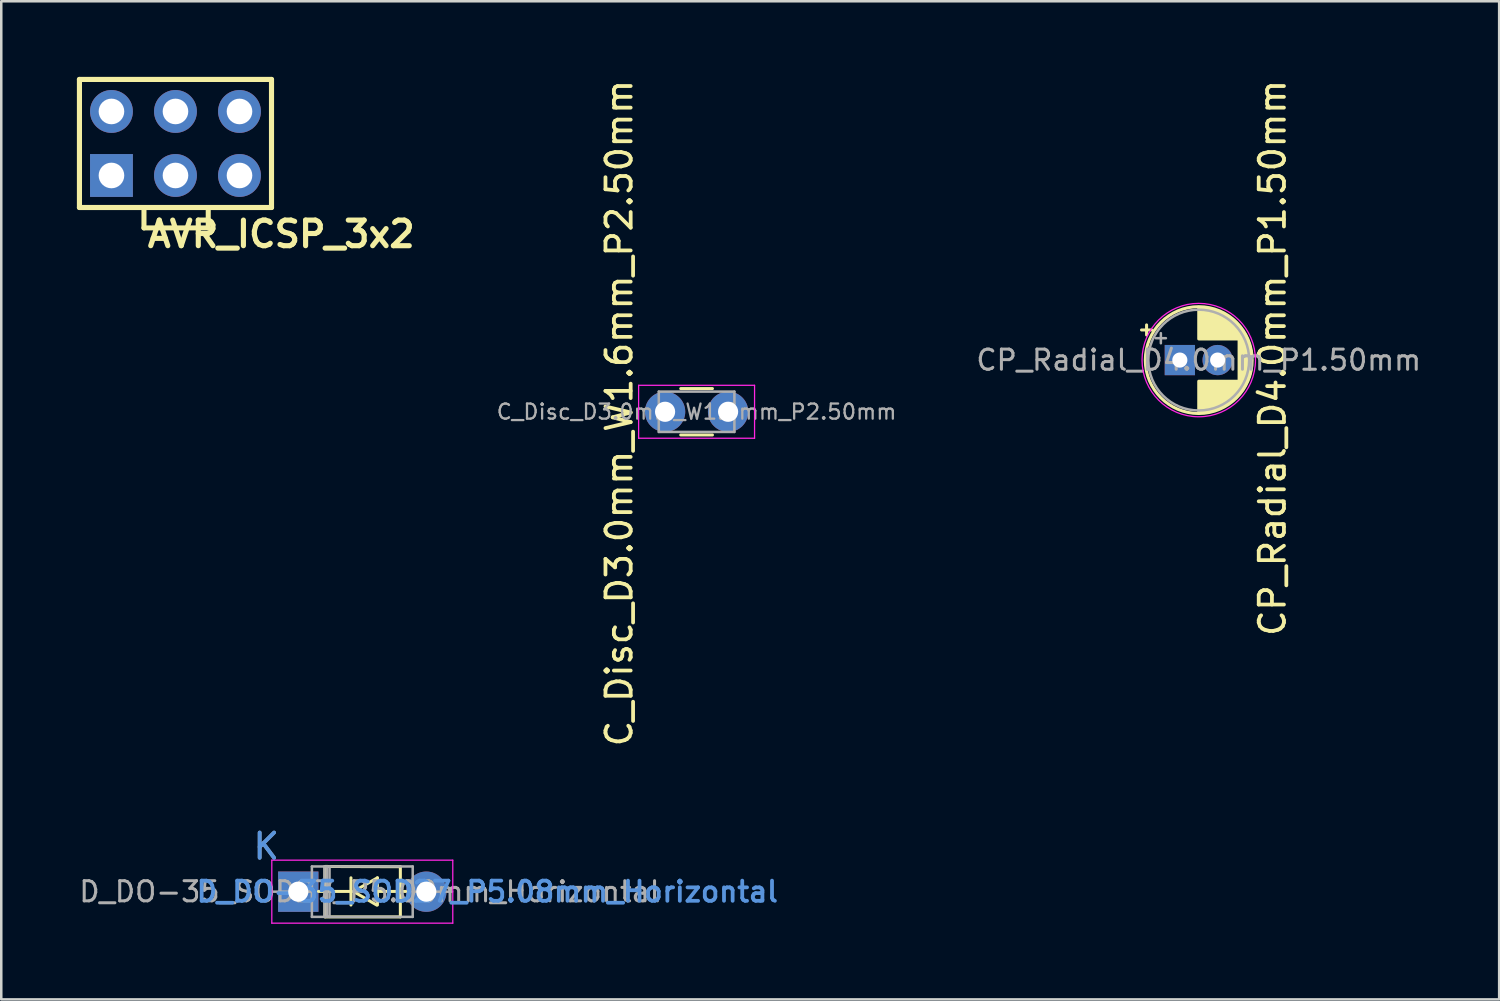
<source format=kicad_pcb>
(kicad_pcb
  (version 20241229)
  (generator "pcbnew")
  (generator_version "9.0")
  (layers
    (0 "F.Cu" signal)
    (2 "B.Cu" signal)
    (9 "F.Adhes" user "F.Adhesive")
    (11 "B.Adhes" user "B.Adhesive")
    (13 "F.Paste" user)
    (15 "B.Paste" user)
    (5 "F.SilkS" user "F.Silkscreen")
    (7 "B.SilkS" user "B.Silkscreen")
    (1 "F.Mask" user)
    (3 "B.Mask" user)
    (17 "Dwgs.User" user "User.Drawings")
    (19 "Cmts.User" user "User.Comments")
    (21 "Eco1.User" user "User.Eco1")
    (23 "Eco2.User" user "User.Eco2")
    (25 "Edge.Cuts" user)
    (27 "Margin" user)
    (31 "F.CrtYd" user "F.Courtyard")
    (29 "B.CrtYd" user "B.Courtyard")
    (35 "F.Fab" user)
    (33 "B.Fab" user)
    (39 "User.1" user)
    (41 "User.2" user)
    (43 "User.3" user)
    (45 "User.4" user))
  (footprint "D_DO-35_SOD27_P5.08mm_Horizontal"
    (layer "F.Cu")
    (at 7.514 32.327)
    (property "Reference" "D_DO-35_SOD27_P5.08mm_Horizontal" (at 8.77 0 0) (layer "Cmts.User") (effects (font (size 0.8 0.8) (thickness 0.15))))
    (attr through_hole)
    (fp_line (start 2.07 -0.01) (end 3.35 -0.01) (stroke (width 0.12) (type solid)) (layer "F.SilkS"))
    (fp_line (start 2.33 -1) (end 5.32 -0.99) (stroke (width 0.12) (type solid)) (layer "F.SilkS"))
    (fp_line (start 2.33 1) (end 2.33 -1) (stroke (width 0.12) (type solid)) (layer "F.SilkS"))
    (fp_line (start 2.34 1) (end 5.31 1) (stroke (width 0.12) (type solid)) (layer "F.SilkS"))
    (fp_line (start 3.36 0.53) (end 3.36 -0.55) (stroke (width 0.12) (type solid)) (layer "F.SilkS"))
    (fp_line (start 3.46 -0.01) (end 4.41 -0.55) (stroke (width 0.12) (type solid)) (layer "F.SilkS"))
    (fp_line (start 3.47 0) (end 4.38 0.53) (stroke (width 0.12) (type solid)) (layer "F.SilkS"))
    (fp_line (start 4.41 0.53) (end 4.41 -0.55) (stroke (width 0.12) (type solid)) (layer "F.SilkS"))
    (fp_line (start 5.32 1) (end 5.32 -0.99) (stroke (width 0.12) (type solid)) (layer "F.SilkS"))
    (fp_line (start 5.53 -0.01) (end 4.41 -0.01) (stroke (width 0.12) (type solid)) (layer "F.SilkS"))
    (fp_line (start 0.22 -1.25) (end 0.22 1.25) (stroke (width 0.05) (type solid)) (layer "F.CrtYd"))
    (fp_line (start 0.22 1.25) (end 7.4 1.25) (stroke (width 0.05) (type solid)) (layer "F.CrtYd"))
    (fp_line (start 7.4 -1.25) (end 0.22 -1.25) (stroke (width 0.05) (type solid)) (layer "F.CrtYd"))
    (fp_line (start 7.4 1.25) (end 7.4 -1.25) (stroke (width 0.05) (type solid)) (layer "F.CrtYd"))
    (fp_line (start 0.25 0) (end 1.81 0) (stroke (width 0.1) (type solid)) (layer "F.Fab"))
    (fp_line (start 1.81 -1) (end 1.81 1) (stroke (width 0.1) (type solid)) (layer "F.Fab"))
    (fp_line (start 1.81 1) (end 5.81 1) (stroke (width 0.1) (type solid)) (layer "F.Fab"))
    (fp_line (start 2.31 -1) (end 2.31 1) (stroke (width 0.1) (type solid)) (layer "F.Fab"))
    (fp_line (start 2.41 -1) (end 2.41 1) (stroke (width 0.1) (type solid)) (layer "F.Fab"))
    (fp_line (start 2.51 -1) (end 2.51 1) (stroke (width 0.1) (type solid)) (layer "F.Fab"))
    (fp_line (start 5.81 -1) (end 1.81 -1) (stroke (width 0.1) (type solid)) (layer "F.Fab"))
    (fp_line (start 5.81 1) (end 5.81 -1) (stroke (width 0.1) (type solid)) (layer "F.Fab"))
    (fp_line (start 7.37 0) (end 5.81 0) (stroke (width 0.1) (type solid)) (layer "F.Fab"))
    (fp_text user "K" (at 0 -1.8 0) (layer "Cmts.User") (effects (font (size 1 1) (thickness 0.15))))
    (fp_text user "${REFERENCE}" (at 4.11 0 0) (layer "F.Fab") (effects (font (size 0.8 0.8) (thickness 0.12))))
    (fp_text user "K" (at 0 -1.8 0) (layer "F.Fab") (effects (font (size 1 1) (thickness 0.15))))
    (pad "1" thru_hole rect (at 1.27 0) (size 1.6 1.6) (drill 0.8) (layers "*.Cu" "*.Mask"))
    (pad "2" thru_hole oval (at 6.35 0) (size 1.6 1.6) (drill 0.8) (layers "*.Cu" "*.Mask")))
  (footprint "C_Disc_D3.0mm_W1.6mm_P2.50mm"
    (layer "F.Cu")
    (at 23.337 13.287)
    (property "Reference" "C_Disc_D3.0mm_W1.6mm_P2.50mm" (at -1.82 0.052 90) (layer "F.SilkS") (effects (font (size 1 1) (thickness 0.15))))
    (attr through_hole)
    (fp_line (start 0.621 -0.92) (end 1.879 -0.92) (stroke (width 0.12) (type solid)) (layer "F.SilkS"))
    (fp_line (start 0.621 0.92) (end 1.879 0.92) (stroke (width 0.12) (type solid)) (layer "F.SilkS"))
    (fp_line (start -1.05 -1.05) (end -1.05 1.05) (stroke (width 0.05) (type solid)) (layer "F.CrtYd"))
    (fp_line (start -1.05 1.05) (end 3.55 1.05) (stroke (width 0.05) (type solid)) (layer "F.CrtYd"))
    (fp_line (start 3.55 -1.05) (end -1.05 -1.05) (stroke (width 0.05) (type solid)) (layer "F.CrtYd"))
    (fp_line (start 3.55 1.05) (end 3.55 -1.05) (stroke (width 0.05) (type solid)) (layer "F.CrtYd"))
    (fp_line (start -0.25 -0.8) (end -0.25 0.8) (stroke (width 0.1) (type solid)) (layer "F.Fab"))
    (fp_line (start -0.25 0.8) (end 2.75 0.8) (stroke (width 0.1) (type solid)) (layer "F.Fab"))
    (fp_line (start 2.75 -0.8) (end -0.25 -0.8) (stroke (width 0.1) (type solid)) (layer "F.Fab"))
    (fp_line (start 2.75 0.8) (end 2.75 -0.8) (stroke (width 0.1) (type solid)) (layer "F.Fab"))
    (fp_text user "${REFERENCE}" (at 1.25 0 0) (layer "F.Fab") (effects (font (size 0.6 0.6) (thickness 0.09))))
    (pad "1" thru_hole circle (at 0 0) (size 1.6 1.6) (drill 0.8) (layers "*.Cu" "*.Mask"))
    (pad "2" thru_hole circle (at 2.5 0) (size 1.6 1.6) (drill 0.8) (layers "*.Cu" "*.Mask")))
  (footprint "AVR_ICSP_3x2"
    (layer "F.Cu")
    (at 3.912 2.642)
    (property "Reference" "AVR_ICSP_3x2" (at 4.195 3.596 0) (layer "F.SilkS") (effects (font (size 1.016 1.016) (thickness 0.203))))
    (attr through_hole)
    (fp_line (start -3.81 -2.54) (end 3.81 -2.54) (stroke (width 0.203) (type solid)) (layer "F.SilkS"))
    (fp_line (start -3.81 2.54) (end -3.81 -2.54) (stroke (width 0.203) (type solid)) (layer "F.SilkS"))
    (fp_line (start -1.25 2.55) (end -1.25 3.35) (stroke (width 0.2) (type solid)) (layer "F.SilkS"))
    (fp_line (start -1.25 3.35) (end 1.3 3.35) (stroke (width 0.2) (type solid)) (layer "F.SilkS"))
    (fp_line (start 1.3 3.35) (end 1.3 2.55) (stroke (width 0.2) (type solid)) (layer "F.SilkS"))
    (fp_line (start 3.81 -2.54) (end 3.81 2.54) (stroke (width 0.203) (type solid)) (layer "F.SilkS"))
    (fp_line (start 3.81 2.54) (end -3.81 2.54) (stroke (width 0.203) (type solid)) (layer "F.SilkS"))
    (pad "1" thru_hole rect (at -2.54 1.27) (size 1.7 1.7) (drill 1.016) (layers "*.Cu" "*.Mask"))
    (pad "2" thru_hole circle (at -2.54 -1.27) (size 1.7 1.7) (drill 1.016) (layers "*.Cu" "*.Mask"))
    (pad "3" thru_hole circle (at 0 1.27) (size 1.7 1.7) (drill 1.016) (layers "*.Cu" "*.Mask"))
    (pad "4" thru_hole circle (at 0 -1.27) (size 1.7 1.7) (drill 1.016) (layers "*.Cu" "*.Mask"))
    (pad "5" thru_hole circle (at 2.54 1.27) (size 1.7 1.7) (drill 1.016) (layers "*.Cu" "*.Mask"))
    (pad "6" thru_hole circle (at 2.54 -1.27) (size 1.7 1.7) (drill 1.016) (layers "*.Cu" "*.Mask")))
  (footprint "CP_Radial_D4.0mm_P1.50mm"
    (layer "F.Cu")
    (at 43.76 11.236)
    (property "Reference" "CP_Radial_D4.0mm_P1.50mm" (at 3.675 -0.087 90) (layer "F.SilkS") (effects (font (size 1 1) (thickness 0.15))))
    (attr through_hole)
    (fp_line (start -1.52 -1.195) (end -1.12 -1.195) (stroke (width 0.12) (type solid)) (layer "F.SilkS"))
    (fp_line (start -1.32 -1.395) (end -1.32 -0.995) (stroke (width 0.12) (type solid)) (layer "F.SilkS"))
    (fp_line (start 0.75 -2.08) (end 0.75 -0.84) (stroke (width 0.12) (type solid)) (layer "F.SilkS"))
    (fp_line (start 0.75 0.84) (end 0.75 2.08) (stroke (width 0.12) (type solid)) (layer "F.SilkS"))
    (fp_line (start 0.79 -2.08) (end 0.79 -0.84) (stroke (width 0.12) (type solid)) (layer "F.SilkS"))
    (fp_line (start 0.79 0.84) (end 0.79 2.08) (stroke (width 0.12) (type solid)) (layer "F.SilkS"))
    (fp_line (start 0.83 -2.079) (end 0.83 -0.84) (stroke (width 0.12) (type solid)) (layer "F.SilkS"))
    (fp_line (start 0.83 0.84) (end 0.83 2.079) (stroke (width 0.12) (type solid)) (layer "F.SilkS"))
    (fp_line (start 0.87 -2.077) (end 0.87 -0.84) (stroke (width 0.12) (type solid)) (layer "F.SilkS"))
    (fp_line (start 0.87 0.84) (end 0.87 2.077) (stroke (width 0.12) (type solid)) (layer "F.SilkS"))
    (fp_line (start 0.91 -2.074) (end 0.91 -0.84) (stroke (width 0.12) (type solid)) (layer "F.SilkS"))
    (fp_line (start 0.91 0.84) (end 0.91 2.074) (stroke (width 0.12) (type solid)) (layer "F.SilkS"))
    (fp_line (start 0.95 -2.071) (end 0.95 -0.84) (stroke (width 0.12) (type solid)) (layer "F.SilkS"))
    (fp_line (start 0.95 0.84) (end 0.95 2.071) (stroke (width 0.12) (type solid)) (layer "F.SilkS"))
    (fp_line (start 0.99 -2.067) (end 0.99 -0.84) (stroke (width 0.12) (type solid)) (layer "F.SilkS"))
    (fp_line (start 0.99 0.84) (end 0.99 2.067) (stroke (width 0.12) (type solid)) (layer "F.SilkS"))
    (fp_line (start 1.03 -2.062) (end 1.03 -0.84) (stroke (width 0.12) (type solid)) (layer "F.SilkS"))
    (fp_line (start 1.03 0.84) (end 1.03 2.062) (stroke (width 0.12) (type solid)) (layer "F.SilkS"))
    (fp_line (start 1.07 -2.056) (end 1.07 -0.84) (stroke (width 0.12) (type solid)) (layer "F.SilkS"))
    (fp_line (start 1.07 0.84) (end 1.07 2.056) (stroke (width 0.12) (type solid)) (layer "F.SilkS"))
    (fp_line (start 1.11 -2.05) (end 1.11 -0.84) (stroke (width 0.12) (type solid)) (layer "F.SilkS"))
    (fp_line (start 1.11 0.84) (end 1.11 2.05) (stroke (width 0.12) (type solid)) (layer "F.SilkS"))
    (fp_line (start 1.15 -2.042) (end 1.15 -0.84) (stroke (width 0.12) (type solid)) (layer "F.SilkS"))
    (fp_line (start 1.15 0.84) (end 1.15 2.042) (stroke (width 0.12) (type solid)) (layer "F.SilkS"))
    (fp_line (start 1.19 -2.034) (end 1.19 -0.84) (stroke (width 0.12) (type solid)) (layer "F.SilkS"))
    (fp_line (start 1.19 0.84) (end 1.19 2.034) (stroke (width 0.12) (type solid)) (layer "F.SilkS"))
    (fp_line (start 1.23 -2.025) (end 1.23 -0.84) (stroke (width 0.12) (type solid)) (layer "F.SilkS"))
    (fp_line (start 1.23 0.84) (end 1.23 2.025) (stroke (width 0.12) (type solid)) (layer "F.SilkS"))
    (fp_line (start 1.27 -2.016) (end 1.27 -0.84) (stroke (width 0.12) (type solid)) (layer "F.SilkS"))
    (fp_line (start 1.27 0.84) (end 1.27 2.016) (stroke (width 0.12) (type solid)) (layer "F.SilkS"))
    (fp_line (start 1.31 -2.005) (end 1.31 -0.84) (stroke (width 0.12) (type solid)) (layer "F.SilkS"))
    (fp_line (start 1.31 0.84) (end 1.31 2.005) (stroke (width 0.12) (type solid)) (layer "F.SilkS"))
    (fp_line (start 1.35 -1.994) (end 1.35 -0.84) (stroke (width 0.12) (type solid)) (layer "F.SilkS"))
    (fp_line (start 1.35 0.84) (end 1.35 1.994) (stroke (width 0.12) (type solid)) (layer "F.SilkS"))
    (fp_line (start 1.39 -1.982) (end 1.39 -0.84) (stroke (width 0.12) (type solid)) (layer "F.SilkS"))
    (fp_line (start 1.39 0.84) (end 1.39 1.982) (stroke (width 0.12) (type solid)) (layer "F.SilkS"))
    (fp_line (start 1.43 -1.968) (end 1.43 -0.84) (stroke (width 0.12) (type solid)) (layer "F.SilkS"))
    (fp_line (start 1.43 0.84) (end 1.43 1.968) (stroke (width 0.12) (type solid)) (layer "F.SilkS"))
    (fp_line (start 1.471 -1.954) (end 1.471 -0.84) (stroke (width 0.12) (type solid)) (layer "F.SilkS"))
    (fp_line (start 1.471 0.84) (end 1.471 1.954) (stroke (width 0.12) (type solid)) (layer "F.SilkS"))
    (fp_line (start 1.511 -1.94) (end 1.511 -0.84) (stroke (width 0.12) (type solid)) (layer "F.SilkS"))
    (fp_line (start 1.511 0.84) (end 1.511 1.94) (stroke (width 0.12) (type solid)) (layer "F.SilkS"))
    (fp_line (start 1.551 -1.924) (end 1.551 -0.84) (stroke (width 0.12) (type solid)) (layer "F.SilkS"))
    (fp_line (start 1.551 0.84) (end 1.551 1.924) (stroke (width 0.12) (type solid)) (layer "F.SilkS"))
    (fp_line (start 1.591 -1.907) (end 1.591 -0.84) (stroke (width 0.12) (type solid)) (layer "F.SilkS"))
    (fp_line (start 1.591 0.84) (end 1.591 1.907) (stroke (width 0.12) (type solid)) (layer "F.SilkS"))
    (fp_line (start 1.631 -1.889) (end 1.631 -0.84) (stroke (width 0.12) (type solid)) (layer "F.SilkS"))
    (fp_line (start 1.631 0.84) (end 1.631 1.889) (stroke (width 0.12) (type solid)) (layer "F.SilkS"))
    (fp_line (start 1.671 -1.87) (end 1.671 -0.84) (stroke (width 0.12) (type solid)) (layer "F.SilkS"))
    (fp_line (start 1.671 0.84) (end 1.671 1.87) (stroke (width 0.12) (type solid)) (layer "F.SilkS"))
    (fp_line (start 1.711 -1.851) (end 1.711 -0.84) (stroke (width 0.12) (type solid)) (layer "F.SilkS"))
    (fp_line (start 1.711 0.84) (end 1.711 1.851) (stroke (width 0.12) (type solid)) (layer "F.SilkS"))
    (fp_line (start 1.751 -1.83) (end 1.751 -0.84) (stroke (width 0.12) (type solid)) (layer "F.SilkS"))
    (fp_line (start 1.751 0.84) (end 1.751 1.83) (stroke (width 0.12) (type solid)) (layer "F.SilkS"))
    (fp_line (start 1.791 -1.808) (end 1.791 -0.84) (stroke (width 0.12) (type solid)) (layer "F.SilkS"))
    (fp_line (start 1.791 0.84) (end 1.791 1.808) (stroke (width 0.12) (type solid)) (layer "F.SilkS"))
    (fp_line (start 1.831 -1.785) (end 1.831 -0.84) (stroke (width 0.12) (type solid)) (layer "F.SilkS"))
    (fp_line (start 1.831 0.84) (end 1.831 1.785) (stroke (width 0.12) (type solid)) (layer "F.SilkS"))
    (fp_line (start 1.871 -1.76) (end 1.871 -0.84) (stroke (width 0.12) (type solid)) (layer "F.SilkS"))
    (fp_line (start 1.871 0.84) (end 1.871 1.76) (stroke (width 0.12) (type solid)) (layer "F.SilkS"))
    (fp_line (start 1.911 -1.735) (end 1.911 -0.84) (stroke (width 0.12) (type solid)) (layer "F.SilkS"))
    (fp_line (start 1.911 0.84) (end 1.911 1.735) (stroke (width 0.12) (type solid)) (layer "F.SilkS"))
    (fp_line (start 1.951 -1.708) (end 1.951 -0.84) (stroke (width 0.12) (type solid)) (layer "F.SilkS"))
    (fp_line (start 1.951 0.84) (end 1.951 1.708) (stroke (width 0.12) (type solid)) (layer "F.SilkS"))
    (fp_line (start 1.991 -1.68) (end 1.991 -0.84) (stroke (width 0.12) (type solid)) (layer "F.SilkS"))
    (fp_line (start 1.991 0.84) (end 1.991 1.68) (stroke (width 0.12) (type solid)) (layer "F.SilkS"))
    (fp_line (start 2.031 -1.65) (end 2.031 -0.84) (stroke (width 0.12) (type solid)) (layer "F.SilkS"))
    (fp_line (start 2.031 0.84) (end 2.031 1.65) (stroke (width 0.12) (type solid)) (layer "F.SilkS"))
    (fp_line (start 2.071 -1.619) (end 2.071 -0.84) (stroke (width 0.12) (type solid)) (layer "F.SilkS"))
    (fp_line (start 2.071 0.84) (end 2.071 1.619) (stroke (width 0.12) (type solid)) (layer "F.SilkS"))
    (fp_line (start 2.111 -1.587) (end 2.111 -0.84) (stroke (width 0.12) (type solid)) (layer "F.SilkS"))
    (fp_line (start 2.111 0.84) (end 2.111 1.587) (stroke (width 0.12) (type solid)) (layer "F.SilkS"))
    (fp_line (start 2.151 -1.552) (end 2.151 -0.84) (stroke (width 0.12) (type solid)) (layer "F.SilkS"))
    (fp_line (start 2.151 0.84) (end 2.151 1.552) (stroke (width 0.12) (type solid)) (layer "F.SilkS"))
    (fp_line (start 2.191 -1.516) (end 2.191 -0.84) (stroke (width 0.12) (type solid)) (layer "F.SilkS"))
    (fp_line (start 2.191 0.84) (end 2.191 1.516) (stroke (width 0.12) (type solid)) (layer "F.SilkS"))
    (fp_line (start 2.231 -1.478) (end 2.231 -0.84) (stroke (width 0.12) (type solid)) (layer "F.SilkS"))
    (fp_line (start 2.231 0.84) (end 2.231 1.478) (stroke (width 0.12) (type solid)) (layer "F.SilkS"))
    (fp_line (start 2.271 -1.438) (end 2.271 -0.84) (stroke (width 0.12) (type solid)) (layer "F.SilkS"))
    (fp_line (start 2.271 0.84) (end 2.271 1.438) (stroke (width 0.12) (type solid)) (layer "F.SilkS"))
    (fp_line (start 2.311 -1.396) (end 2.311 -0.84) (stroke (width 0.12) (type solid)) (layer "F.SilkS"))
    (fp_line (start 2.311 0.84) (end 2.311 1.396) (stroke (width 0.12) (type solid)) (layer "F.SilkS"))
    (fp_line (start 2.351 -1.351) (end 2.351 1.351) (stroke (width 0.12) (type solid)) (layer "F.SilkS"))
    (fp_line (start 2.391 -1.304) (end 2.391 1.304) (stroke (width 0.12) (type solid)) (layer "F.SilkS"))
    (fp_line (start 2.431 -1.254) (end 2.431 1.254) (stroke (width 0.12) (type solid)) (layer "F.SilkS"))
    (fp_line (start 2.471 -1.2) (end 2.471 1.2) (stroke (width 0.12) (type solid)) (layer "F.SilkS"))
    (fp_line (start 2.511 -1.142) (end 2.511 1.142) (stroke (width 0.12) (type solid)) (layer "F.SilkS"))
    (fp_line (start 2.551 -1.08) (end 2.551 1.08) (stroke (width 0.12) (type solid)) (layer "F.SilkS"))
    (fp_line (start 2.591 -1.013) (end 2.591 1.013) (stroke (width 0.12) (type solid)) (layer "F.SilkS"))
    (fp_line (start 2.631 -0.94) (end 2.631 0.94) (stroke (width 0.12) (type solid)) (layer "F.SilkS"))
    (fp_line (start 2.671 -0.859) (end 2.671 0.859) (stroke (width 0.12) (type solid)) (layer "F.SilkS"))
    (fp_line (start 2.711 -0.768) (end 2.711 0.768) (stroke (width 0.12) (type solid)) (layer "F.SilkS"))
    (fp_line (start 2.751 -0.664) (end 2.751 0.664) (stroke (width 0.12) (type solid)) (layer "F.SilkS"))
    (fp_line (start 2.791 -0.537) (end 2.791 0.537) (stroke (width 0.12) (type solid)) (layer "F.SilkS"))
    (fp_line (start 2.831 -0.37) (end 2.831 0.37) (stroke (width 0.12) (type solid)) (layer "F.SilkS"))
    (fp_circle (center 0.75 0) (end 2.87 0) (stroke (width 0.12) (type solid)) (fill no) (layer "F.SilkS"))
    (fp_circle (center 0.75 0) (end 3 0) (stroke (width 0.05) (type solid)) (fill no) (layer "F.CrtYd"))
    (fp_line (start -0.953 -0.868) (end -0.553 -0.868) (stroke (width 0.1) (type solid)) (layer "F.Fab"))
    (fp_line (start -0.753 -1.067) (end -0.753 -0.667) (stroke (width 0.1) (type solid)) (layer "F.Fab"))
    (fp_circle (center 0.75 0) (end 2.75 0) (stroke (width 0.1) (type solid)) (fill no) (layer "F.Fab"))
    (fp_text user "${REFERENCE}" (at 0.75 0 0) (layer "F.Fab") (effects (font (size 0.8 0.8) (thickness 0.12))))
    (pad "1" thru_hole rect (at 0 0) (size 1.2 1.2) (drill 0.6) (layers "*.Cu" "*.Mask"))
    (pad "2" thru_hole circle (at 1.5 0) (size 1.2 1.2) (drill 0.6) (layers "*.Cu" "*.Mask")))
  (gr_rect
    (start -3 -3)
    (end 56.429 36.602)
    (stroke (width 0.1) (type default))
    (fill no)
    (layer "Edge.Cuts")))
</source>
